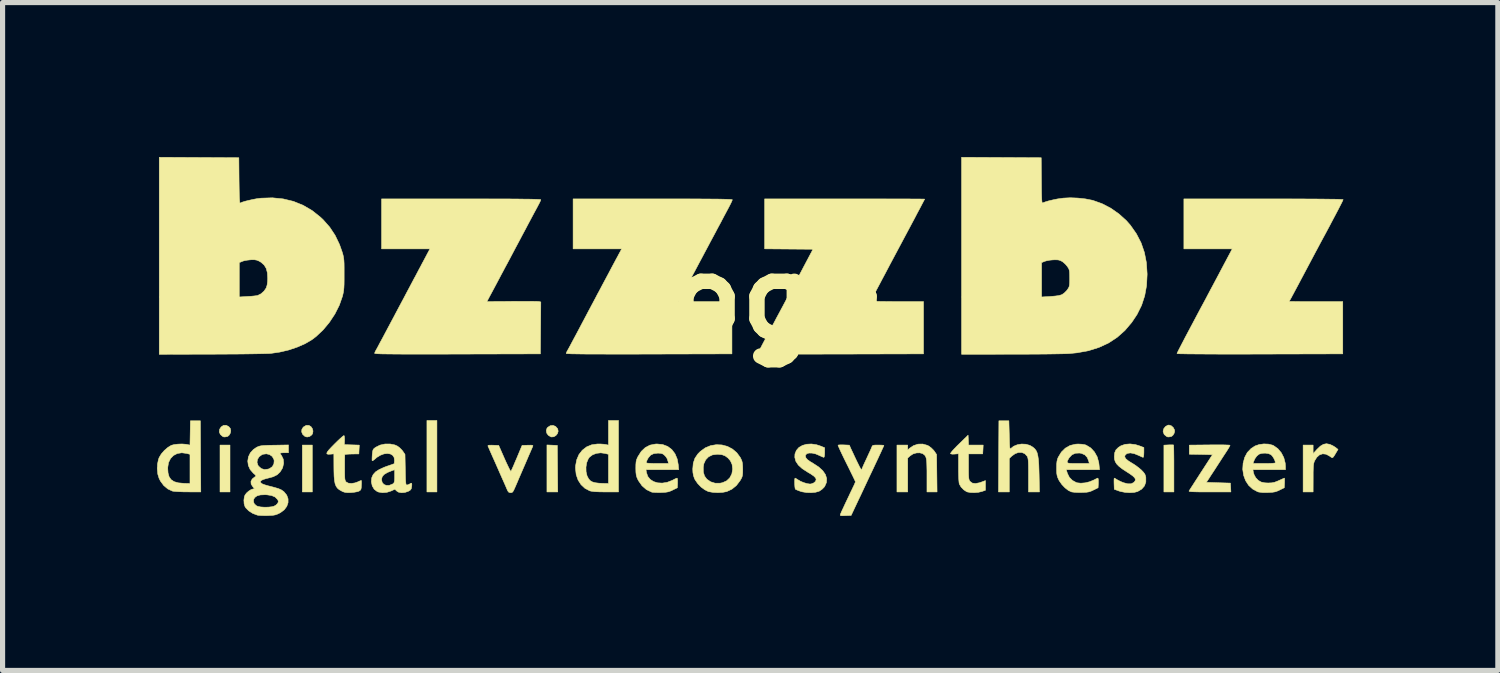
<source format=kicad_pcb>
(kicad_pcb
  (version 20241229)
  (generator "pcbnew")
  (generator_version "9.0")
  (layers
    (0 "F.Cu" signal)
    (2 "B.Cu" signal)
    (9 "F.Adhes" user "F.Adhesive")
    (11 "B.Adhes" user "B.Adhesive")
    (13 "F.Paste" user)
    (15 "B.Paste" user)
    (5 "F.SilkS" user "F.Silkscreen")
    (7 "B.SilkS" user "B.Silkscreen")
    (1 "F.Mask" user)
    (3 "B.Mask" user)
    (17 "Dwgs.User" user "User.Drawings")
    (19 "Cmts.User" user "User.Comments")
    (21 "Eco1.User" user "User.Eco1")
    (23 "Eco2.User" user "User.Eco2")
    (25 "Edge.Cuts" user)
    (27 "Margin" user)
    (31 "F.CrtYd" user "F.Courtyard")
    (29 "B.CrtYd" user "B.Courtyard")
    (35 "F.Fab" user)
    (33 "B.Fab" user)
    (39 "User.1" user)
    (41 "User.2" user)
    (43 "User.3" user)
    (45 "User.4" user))
  (footprint "logo"
    (layer "F.Cu")
    (at 11.652 2.74)
    (property "Reference" "logo" (at 0 0 0) (layer "F.SilkS") (effects (font (size 1.524 1.524) (thickness 0.3))))
    (attr through_hole)
    (fp_poly (pts (xy -10.235 3.765) (xy -10.429 3.765) (xy -10.429 2.854) (xy -10.235 2.854) (xy -10.235 3.765)) (stroke (width 0.01) (type solid)) (fill yes) (layer "F.SilkS"))
    (fp_poly (pts (xy -8.636 3.765) (xy -8.83 3.765) (xy -8.83 2.854) (xy -8.636 2.854) (xy -8.636 3.765)) (stroke (width 0.01) (type solid)) (fill yes) (layer "F.SilkS"))
    (fp_poly (pts (xy -6.216 3.765) (xy -6.41 3.765) (xy -6.41 2.376) (xy -6.216 2.376) (xy -6.216 3.765)) (stroke (width 0.01) (type solid)) (fill yes) (layer "F.SilkS"))
    (fp_poly (pts (xy -3.877 2.861) (xy -3.873 3.313) (xy -3.869 3.765) (xy -4.079 3.765) (xy -4.079 2.852) (xy -3.877 2.861)) (stroke (width 0.01) (type solid)) (fill yes) (layer "F.SilkS"))
    (fp_poly (pts (xy 8.079 2.85) (xy 8.092 2.853) (xy 8.093 2.868) (xy 8.095 2.911) (xy 8.096 2.975) (xy 8.097 3.059) (xy 8.098 3.157) (xy 8.098 3.267) (xy 8.098 3.312) (xy 8.098 3.765) (xy 7.904 3.765) (xy 7.904 2.856) (xy 7.995 2.851) (xy 8.044 2.85) (xy 8.079 2.85)) (stroke (width 0.01) (type solid)) (fill yes) (layer "F.SilkS"))
    (fp_poly (pts (xy -8.701 2.473) (xy -8.662 2.496) (xy -8.635 2.535) (xy -8.623 2.582) (xy -8.63 2.63) (xy -8.646 2.656) (xy -8.689 2.688) (xy -8.738 2.698) (xy -8.778 2.687) (xy -8.823 2.647) (xy -8.843 2.599) (xy -8.839 2.55) (xy -8.812 2.506) (xy -8.763 2.476) (xy -8.747 2.471) (xy -8.701 2.473)) (stroke (width 0.01) (type solid)) (fill yes) (layer "F.SilkS"))
    (fp_poly (pts (xy -3.91 2.493) (xy -3.871 2.538) (xy -3.87 2.54) (xy -3.861 2.585) (xy -3.874 2.63) (xy -3.905 2.669) (xy -3.946 2.693) (xy -3.992 2.697) (xy -4.004 2.694) (xy -4.053 2.664) (xy -4.083 2.622) (xy -4.092 2.573) (xy -4.078 2.527) (xy -4.064 2.51) (xy -4.014 2.478) (xy -3.96 2.472) (xy -3.91 2.493)) (stroke (width 0.01) (type solid)) (fill yes) (layer "F.SilkS"))
    (fp_poly (pts (xy -10.259 2.496) (xy -10.228 2.533) (xy -10.22 2.578) (xy -10.228 2.621) (xy -10.25 2.66) (xy -10.278 2.685) (xy -10.293 2.689) (xy -10.319 2.694) (xy -10.327 2.696) (xy -10.355 2.696) (xy -10.377 2.687) (xy -10.422 2.648) (xy -10.443 2.6) (xy -10.437 2.548) (xy -10.407 2.502) (xy -10.36 2.471) (xy -10.309 2.47) (xy -10.259 2.496)) (stroke (width 0.01) (type solid)) (fill yes) (layer "F.SilkS"))
    (fp_poly (pts (xy 8.046 2.479) (xy 8.085 2.513) (xy 8.109 2.558) (xy 8.113 2.584) (xy 8.104 2.623) (xy 8.082 2.66) (xy 8.055 2.685) (xy 8.04 2.689) (xy 8.014 2.694) (xy 8.006 2.696) (xy 7.978 2.696) (xy 7.956 2.687) (xy 7.91 2.649) (xy 7.89 2.598) (xy 7.889 2.581) (xy 7.902 2.535) (xy 7.934 2.495) (xy 7.977 2.47) (xy 8.001 2.465) (xy 8.046 2.479)) (stroke (width 0.01) (type solid)) (fill yes) (layer "F.SilkS"))
    (fp_poly (pts (xy 3.308 2.859) (xy 3.336 2.873) (xy 3.386 2.91) (xy 3.432 2.956) (xy 3.448 2.977) (xy 3.489 3.038) (xy 3.498 3.765) (xy 3.302 3.765) (xy 3.302 3.468) (xy 3.302 3.353) (xy 3.3 3.264) (xy 3.298 3.196) (xy 3.294 3.146) (xy 3.287 3.109) (xy 3.278 3.082) (xy 3.266 3.061) (xy 3.259 3.051) (xy 3.218 3.019) (xy 3.161 3.005) (xy 3.096 3.007) (xy 3.032 3.026) (xy 2.977 3.062) (xy 2.977 3.062) (xy 2.928 3.106) (xy 2.928 3.765) (xy 2.719 3.765) (xy 2.719 2.854) (xy 2.928 2.854) (xy 2.928 2.949) (xy 2.962 2.918) (xy 3.041 2.865) (xy 3.129 2.836) (xy 3.22 2.834) (xy 3.308 2.859)) (stroke (width 0.01) (type solid)) (fill yes) (layer "F.SilkS"))
    (fp_poly (pts (xy 11.123 2.84) (xy 11.134 2.844) (xy 11.186 2.868) (xy 11.233 2.897) (xy 11.242 2.904) (xy 11.286 2.939) (xy 11.246 3.005) (xy 11.215 3.057) (xy 11.193 3.088) (xy 11.177 3.1) (xy 11.159 3.095) (xy 11.135 3.078) (xy 11.123 3.069) (xy 11.055 3.032) (xy 10.989 3.024) (xy 10.927 3.044) (xy 10.873 3.092) (xy 10.831 3.16) (xy 10.821 3.186) (xy 10.813 3.216) (xy 10.808 3.256) (xy 10.805 3.31) (xy 10.803 3.384) (xy 10.803 3.482) (xy 10.803 3.493) (xy 10.802 3.765) (xy 10.608 3.765) (xy 10.608 2.854) (xy 10.802 2.854) (xy 10.802 3.021) (xy 10.878 2.937) (xy 10.943 2.875) (xy 11.002 2.84) (xy 11.061 2.828) (xy 11.123 2.84)) (stroke (width 0.01) (type solid)) (fill yes) (layer "F.SilkS"))
    (fp_poly (pts (xy 8.993 2.85) (xy 9.073 2.851) (xy 9.135 2.853) (xy 9.175 2.855) (xy 9.189 2.858) (xy 9.181 2.876) (xy 9.162 2.911) (xy 9.139 2.948) (xy 9.11 2.993) (xy 9.068 3.057) (xy 9.018 3.134) (xy 8.963 3.219) (xy 8.908 3.304) (xy 8.856 3.384) (xy 8.811 3.452) (xy 8.778 3.504) (xy 8.729 3.578) (xy 8.962 3.586) (xy 9.196 3.593) (xy 9.201 3.679) (xy 9.205 3.765) (xy 8.793 3.765) (xy 8.667 3.765) (xy 8.568 3.764) (xy 8.494 3.762) (xy 8.442 3.76) (xy 8.41 3.757) (xy 8.394 3.752) (xy 8.392 3.747) (xy 8.403 3.729) (xy 8.427 3.691) (xy 8.464 3.634) (xy 8.51 3.562) (xy 8.564 3.479) (xy 8.622 3.388) (xy 8.625 3.384) (xy 8.847 3.041) (xy 8.622 3.036) (xy 8.397 3.032) (xy 8.397 2.855) (xy 8.793 2.851) (xy 8.898 2.85) (xy 8.993 2.85)) (stroke (width 0.01) (type solid)) (fill yes) (layer "F.SilkS"))
    (fp_poly (pts (xy 4.901 2.666) (xy 4.904 2.764) (xy 4.906 2.836) (xy 4.909 2.885) (xy 4.913 2.914) (xy 4.918 2.927) (xy 4.925 2.927) (xy 4.93 2.922) (xy 4.984 2.878) (xy 5.057 2.848) (xy 5.139 2.834) (xy 5.222 2.838) (xy 5.297 2.859) (xy 5.314 2.868) (xy 5.359 2.895) (xy 5.394 2.925) (xy 5.421 2.96) (xy 5.442 3.005) (xy 5.456 3.064) (xy 5.467 3.139) (xy 5.474 3.235) (xy 5.478 3.355) (xy 5.48 3.425) (xy 5.487 3.765) (xy 5.274 3.765) (xy 5.274 3.44) (xy 5.274 3.332) (xy 5.273 3.249) (xy 5.271 3.188) (xy 5.268 3.144) (xy 5.263 3.113) (xy 5.257 3.09) (xy 5.248 3.072) (xy 5.245 3.068) (xy 5.201 3.021) (xy 5.144 2.998) (xy 5.079 2.998) (xy 5.012 3.022) (xy 4.949 3.068) (xy 4.901 3.114) (xy 4.901 3.765) (xy 4.691 3.765) (xy 4.695 3.074) (xy 4.699 2.383) (xy 4.893 2.383) (xy 4.901 2.666)) (stroke (width 0.01) (type solid)) (fill yes) (layer "F.SilkS"))
    (fp_poly (pts (xy -2.689 3.765) (xy -2.94 3.765) (xy -3.06 3.763) (xy -3.151 3.759) (xy -3.214 3.751) (xy -3.246 3.744) (xy -3.34 3.695) (xy -3.416 3.624) (xy -3.474 3.534) (xy -3.511 3.429) (xy -3.524 3.311) (xy -3.523 3.283) (xy -3.321 3.283) (xy -3.319 3.371) (xy -3.3 3.452) (xy -3.27 3.51) (xy -3.238 3.546) (xy -3.197 3.57) (xy -3.141 3.586) (xy -3.067 3.595) (xy -2.985 3.599) (xy -2.884 3.601) (xy -2.884 3.034) (xy -2.947 3.017) (xy -3.034 3.005) (xy -3.119 3.015) (xy -3.194 3.044) (xy -3.254 3.09) (xy -3.276 3.121) (xy -3.307 3.196) (xy -3.321 3.283) (xy -3.523 3.283) (xy -3.523 3.259) (xy -3.501 3.141) (xy -3.457 3.038) (xy -3.392 2.954) (xy -3.309 2.89) (xy -3.21 2.849) (xy -3.097 2.833) (xy -3.096 2.833) (xy -3.034 2.834) (xy -2.975 2.838) (xy -2.94 2.843) (xy -2.884 2.855) (xy -2.884 2.376) (xy -2.689 2.376) (xy -2.689 3.765)) (stroke (width 0.01) (type solid)) (fill yes) (layer "F.SilkS"))
    (fp_poly (pts (xy 4.106 2.758) (xy 4.11 2.854) (xy 4.394 2.854) (xy 4.39 2.94) (xy 4.385 3.026) (xy 4.109 3.026) (xy 4.109 3.274) (xy 4.109 3.366) (xy 4.11 3.434) (xy 4.113 3.482) (xy 4.117 3.514) (xy 4.124 3.537) (xy 4.134 3.554) (xy 4.14 3.561) (xy 4.183 3.593) (xy 4.244 3.601) (xy 4.324 3.586) (xy 4.363 3.572) (xy 4.438 3.544) (xy 4.438 3.732) (xy 4.368 3.756) (xy 4.3 3.772) (xy 4.224 3.778) (xy 4.149 3.776) (xy 4.087 3.765) (xy 4.071 3.759) (xy 4.015 3.722) (xy 3.964 3.669) (xy 3.931 3.611) (xy 3.93 3.611) (xy 3.925 3.582) (xy 3.92 3.527) (xy 3.917 3.453) (xy 3.915 3.365) (xy 3.915 3.296) (xy 3.915 3.023) (xy 3.842 3.029) (xy 3.793 3.031) (xy 3.763 3.024) (xy 3.759 3.02) (xy 3.766 3.005) (xy 3.791 2.972) (xy 3.833 2.926) (xy 3.887 2.87) (xy 3.925 2.833) (xy 4.101 2.662) (xy 4.106 2.758)) (stroke (width 0.01) (type solid)) (fill yes) (layer "F.SilkS"))
    (fp_poly (pts (xy -10.806 3.074) (xy -10.802 3.765) (xy -11.053 3.764) (xy -11.14 3.763) (xy -11.221 3.76) (xy -11.288 3.756) (xy -11.336 3.751) (xy -11.354 3.748) (xy -11.442 3.707) (xy -11.521 3.641) (xy -11.586 3.553) (xy -11.612 3.501) (xy -11.637 3.42) (xy -11.647 3.323) (xy -11.646 3.3) (xy -11.445 3.3) (xy -11.438 3.397) (xy -11.417 3.471) (xy -11.379 3.526) (xy -11.32 3.565) (xy -11.239 3.588) (xy -11.133 3.598) (xy -11.105 3.599) (xy -11.012 3.601) (xy -11.012 3.034) (xy -11.075 3.017) (xy -11.171 3.004) (xy -11.258 3.018) (xy -11.332 3.056) (xy -11.39 3.116) (xy -11.429 3.195) (xy -11.444 3.29) (xy -11.445 3.3) (xy -11.646 3.3) (xy -11.643 3.224) (xy -11.624 3.133) (xy -11.611 3.097) (xy -11.569 3.027) (xy -11.509 2.958) (xy -11.44 2.899) (xy -11.376 2.86) (xy -11.32 2.845) (xy -11.246 2.836) (xy -11.167 2.833) (xy -11.092 2.839) (xy -11.068 2.843) (xy -11.012 2.855) (xy -11.008 2.619) (xy -11.004 2.383) (xy -10.81 2.383) (xy -10.806 3.074)) (stroke (width 0.01) (type solid)) (fill yes) (layer "F.SilkS"))
    (fp_poly (pts (xy -4.363 2.858) (xy -4.351 2.866) (xy -4.352 2.872) (xy -4.361 2.894) (xy -4.379 2.936) (xy -4.402 2.988) (xy -4.405 2.996) (xy -4.429 3.05) (xy -4.461 3.125) (xy -4.5 3.216) (xy -4.543 3.315) (xy -4.587 3.417) (xy -4.63 3.516) (xy -4.668 3.606) (xy -4.7 3.679) (xy -4.724 3.732) (xy -4.742 3.762) (xy -4.759 3.776) (xy -4.782 3.78) (xy -4.784 3.78) (xy -4.817 3.773) (xy -4.839 3.747) (xy -4.846 3.732) (xy -4.858 3.706) (xy -4.879 3.656) (xy -4.909 3.588) (xy -4.947 3.503) (xy -4.989 3.408) (xy -5.034 3.305) (xy -5.042 3.287) (xy -5.087 3.185) (xy -5.129 3.091) (xy -5.165 3.01) (xy -5.194 2.944) (xy -5.214 2.897) (xy -5.225 2.874) (xy -5.225 2.872) (xy -5.223 2.862) (xy -5.202 2.857) (xy -5.158 2.856) (xy -5.125 2.857) (xy -5.016 2.861) (xy -4.903 3.118) (xy -4.867 3.198) (xy -4.834 3.267) (xy -4.808 3.32) (xy -4.789 3.354) (xy -4.779 3.365) (xy -4.779 3.365) (xy -4.77 3.348) (xy -4.752 3.309) (xy -4.726 3.251) (xy -4.696 3.179) (xy -4.665 3.108) (xy -4.562 2.861) (xy -4.453 2.857) (xy -4.395 2.856) (xy -4.363 2.858)) (stroke (width 0.01) (type solid)) (fill yes) (layer "F.SilkS"))
    (fp_poly (pts (xy -0.68 2.852) (xy -0.574 2.88) (xy -0.477 2.931) (xy -0.392 3.003) (xy -0.324 3.095) (xy -0.312 3.119) (xy -0.293 3.161) (xy -0.283 3.204) (xy -0.278 3.258) (xy -0.276 3.325) (xy -0.277 3.391) (xy -0.281 3.438) (xy -0.29 3.474) (xy -0.307 3.51) (xy -0.329 3.547) (xy -0.399 3.639) (xy -0.486 3.71) (xy -0.586 3.757) (xy -0.589 3.758) (xy -0.668 3.773) (xy -0.761 3.778) (xy -0.855 3.773) (xy -0.936 3.759) (xy -0.944 3.757) (xy -1.013 3.723) (xy -1.085 3.67) (xy -1.149 3.604) (xy -1.199 3.532) (xy -1.212 3.508) (xy -1.233 3.448) (xy -1.244 3.385) (xy -1.247 3.317) (xy -1.244 3.287) (xy -1.043 3.287) (xy -1.041 3.381) (xy -1.018 3.456) (xy -0.974 3.516) (xy -0.973 3.517) (xy -0.899 3.568) (xy -0.812 3.595) (xy -0.718 3.595) (xy -0.669 3.585) (xy -0.589 3.549) (xy -0.528 3.491) (xy -0.488 3.415) (xy -0.473 3.325) (xy -0.473 3.317) (xy -0.483 3.231) (xy -0.516 3.159) (xy -0.563 3.105) (xy -0.618 3.064) (xy -0.68 3.041) (xy -0.759 3.033) (xy -0.771 3.033) (xy -0.864 3.045) (xy -0.94 3.082) (xy -0.996 3.14) (xy -1.032 3.218) (xy -1.043 3.287) (xy -1.244 3.287) (xy -1.237 3.206) (xy -1.205 3.111) (xy -1.148 3.027) (xy -1.099 2.977) (xy -1.004 2.908) (xy -0.899 2.865) (xy -0.79 2.847) (xy -0.68 2.852)) (stroke (width 0.01) (type solid)) (fill yes) (layer "F.SilkS"))
    (fp_poly (pts (xy -8.013 2.688) (xy -8.01 2.726) (xy -8.01 2.762) (xy -8.014 2.846) (xy -7.723 2.855) (xy -7.728 2.94) (xy -7.732 3.026) (xy -7.867 3.028) (xy -7.926 3.03) (xy -7.973 3.033) (xy -8.001 3.037) (xy -8.005 3.039) (xy -8.006 3.056) (xy -8.007 3.098) (xy -8.008 3.16) (xy -8.008 3.236) (xy -8.008 3.295) (xy -8.008 3.387) (xy -8.007 3.453) (xy -8.005 3.5) (xy -8 3.531) (xy -7.993 3.551) (xy -7.983 3.566) (xy -7.979 3.571) (xy -7.936 3.594) (xy -7.877 3.6) (xy -7.808 3.589) (xy -7.757 3.571) (xy -7.717 3.553) (xy -7.691 3.543) (xy -7.685 3.541) (xy -7.682 3.555) (xy -7.681 3.59) (xy -7.683 3.634) (xy -7.686 3.686) (xy -7.693 3.717) (xy -7.708 3.735) (xy -7.732 3.75) (xy -7.769 3.761) (xy -7.825 3.771) (xy -7.887 3.777) (xy -7.889 3.777) (xy -7.953 3.778) (xy -8 3.773) (xy -8.039 3.761) (xy -8.067 3.747) (xy -8.113 3.721) (xy -8.148 3.691) (xy -8.174 3.654) (xy -8.193 3.607) (xy -8.205 3.544) (xy -8.213 3.462) (xy -8.216 3.357) (xy -8.217 3.264) (xy -8.218 3.025) (xy -8.279 3.031) (xy -8.322 3.033) (xy -8.348 3.028) (xy -8.356 3.014) (xy -8.345 2.988) (xy -8.314 2.948) (xy -8.263 2.893) (xy -8.203 2.832) (xy -8.145 2.775) (xy -8.094 2.727) (xy -8.053 2.691) (xy -8.027 2.672) (xy -8.02 2.669) (xy -8.013 2.688)) (stroke (width 0.01) (type solid)) (fill yes) (layer "F.SilkS"))
    (fp_poly (pts (xy 1.157 2.848) (xy 1.223 2.869) (xy 1.315 2.906) (xy 1.315 2.999) (xy 1.313 3.05) (xy 1.306 3.084) (xy 1.299 3.093) (xy 1.278 3.086) (xy 1.241 3.07) (xy 1.211 3.056) (xy 1.138 3.025) (xy 1.069 3.01) (xy 1.011 3.009) (xy 0.968 3.022) (xy 0.944 3.049) (xy 0.941 3.067) (xy 0.95 3.101) (xy 0.979 3.136) (xy 1.031 3.174) (xy 1.093 3.211) (xy 1.199 3.28) (xy 1.278 3.352) (xy 1.33 3.427) (xy 1.354 3.504) (xy 1.35 3.58) (xy 1.317 3.655) (xy 1.304 3.673) (xy 1.265 3.712) (xy 1.216 3.746) (xy 1.204 3.752) (xy 1.137 3.771) (xy 1.053 3.779) (xy 0.963 3.776) (xy 0.877 3.762) (xy 0.841 3.751) (xy 0.795 3.734) (xy 0.76 3.719) (xy 0.748 3.713) (xy 0.741 3.696) (xy 0.736 3.66) (xy 0.733 3.613) (xy 0.732 3.564) (xy 0.733 3.524) (xy 0.738 3.499) (xy 0.741 3.496) (xy 0.758 3.504) (xy 0.788 3.523) (xy 0.794 3.527) (xy 0.846 3.558) (xy 0.91 3.584) (xy 0.974 3.603) (xy 1.028 3.611) (xy 1.052 3.609) (xy 1.102 3.59) (xy 1.137 3.56) (xy 1.15 3.524) (xy 1.14 3.493) (xy 1.106 3.458) (xy 1.047 3.417) (xy 0.988 3.382) (xy 0.881 3.313) (xy 0.804 3.243) (xy 0.755 3.169) (xy 0.735 3.093) (xy 0.738 3.027) (xy 0.766 2.957) (xy 0.815 2.901) (xy 0.884 2.861) (xy 0.966 2.838) (xy 1.059 2.833) (xy 1.157 2.848)) (stroke (width 0.01) (type solid)) (fill yes) (layer "F.SilkS"))
    (fp_poly (pts (xy 7.35 2.845) (xy 7.422 2.867) (xy 7.515 2.902) (xy 7.515 2.998) (xy 7.513 3.046) (xy 7.508 3.081) (xy 7.502 3.093) (xy 7.482 3.087) (xy 7.445 3.07) (xy 7.415 3.056) (xy 7.329 3.021) (xy 7.255 3.007) (xy 7.197 3.015) (xy 7.179 3.024) (xy 7.149 3.053) (xy 7.143 3.084) (xy 7.164 3.12) (xy 7.211 3.16) (xy 7.286 3.207) (xy 7.299 3.214) (xy 7.359 3.253) (xy 7.423 3.302) (xy 7.466 3.339) (xy 7.509 3.384) (xy 7.535 3.421) (xy 7.548 3.459) (xy 7.553 3.484) (xy 7.553 3.572) (xy 7.526 3.648) (xy 7.472 3.71) (xy 7.394 3.756) (xy 7.393 3.757) (xy 7.325 3.774) (xy 7.241 3.779) (xy 7.15 3.773) (xy 7.063 3.756) (xy 7.03 3.746) (xy 6.94 3.713) (xy 6.936 3.605) (xy 6.935 3.552) (xy 6.936 3.514) (xy 6.94 3.496) (xy 6.941 3.496) (xy 6.959 3.504) (xy 6.988 3.523) (xy 6.99 3.524) (xy 7.026 3.544) (xy 7.077 3.568) (xy 7.119 3.585) (xy 7.203 3.607) (xy 7.269 3.606) (xy 7.318 3.581) (xy 7.328 3.572) (xy 7.347 3.544) (xy 7.35 3.516) (xy 7.334 3.487) (xy 7.297 3.452) (xy 7.237 3.409) (xy 7.188 3.378) (xy 7.098 3.319) (xy 7.032 3.268) (xy 6.987 3.222) (xy 6.959 3.177) (xy 6.944 3.128) (xy 6.941 3.078) (xy 6.948 3.004) (xy 6.972 2.948) (xy 7.019 2.901) (xy 7.068 2.869) (xy 7.15 2.84) (xy 7.246 2.832) (xy 7.35 2.845)) (stroke (width 0.01) (type solid)) (fill yes) (layer "F.SilkS"))
    (fp_poly (pts (xy 9.937 2.836) (xy 10.017 2.857) (xy 10.035 2.866) (xy 10.117 2.924) (xy 10.184 3.004) (xy 10.233 3.099) (xy 10.26 3.204) (xy 10.265 3.269) (xy 10.265 3.332) (xy 9.633 3.332) (xy 9.642 3.386) (xy 9.657 3.433) (xy 9.684 3.482) (xy 9.689 3.49) (xy 9.738 3.541) (xy 9.794 3.573) (xy 9.865 3.588) (xy 9.93 3.591) (xy 9.998 3.588) (xy 10.053 3.577) (xy 10.113 3.554) (xy 10.137 3.543) (xy 10.187 3.521) (xy 10.224 3.504) (xy 10.244 3.496) (xy 10.245 3.496) (xy 10.247 3.51) (xy 10.248 3.545) (xy 10.247 3.59) (xy 10.242 3.683) (xy 10.153 3.727) (xy 10.105 3.749) (xy 10.062 3.763) (xy 10.012 3.771) (xy 9.946 3.775) (xy 9.922 3.776) (xy 9.82 3.776) (xy 9.747 3.767) (xy 9.723 3.76) (xy 9.629 3.709) (xy 9.55 3.637) (xy 9.491 3.546) (xy 9.452 3.441) (xy 9.435 3.326) (xy 9.442 3.212) (xy 9.635 3.212) (xy 9.853 3.212) (xy 9.94 3.211) (xy 10.007 3.209) (xy 10.052 3.204) (xy 10.07 3.199) (xy 10.07 3.198) (xy 10.061 3.159) (xy 10.038 3.11) (xy 10.009 3.066) (xy 9.984 3.041) (xy 9.936 3.02) (xy 9.873 3.011) (xy 9.808 3.014) (xy 9.753 3.031) (xy 9.751 3.032) (xy 9.708 3.068) (xy 9.67 3.121) (xy 9.645 3.179) (xy 9.635 3.212) (xy 9.442 3.212) (xy 9.442 3.21) (xy 9.473 3.094) (xy 9.524 2.998) (xy 9.598 2.921) (xy 9.674 2.872) (xy 9.754 2.844) (xy 9.845 2.832) (xy 9.937 2.836)) (stroke (width 0.01) (type solid)) (fill yes) (layer "F.SilkS"))
    (fp_poly (pts (xy -1.831 2.844) (xy -1.734 2.881) (xy -1.654 2.941) (xy -1.592 3.023) (xy -1.549 3.125) (xy -1.529 3.234) (xy -1.52 3.332) (xy -2.155 3.332) (xy -2.146 3.388) (xy -2.121 3.463) (xy -2.073 3.522) (xy -2.007 3.564) (xy -1.928 3.588) (xy -1.839 3.593) (xy -1.744 3.578) (xy -1.648 3.541) (xy -1.63 3.532) (xy -1.59 3.511) (xy -1.56 3.498) (xy -1.551 3.496) (xy -1.545 3.51) (xy -1.542 3.545) (xy -1.542 3.59) (xy -1.546 3.683) (xy -1.635 3.727) (xy -1.683 3.749) (xy -1.726 3.763) (xy -1.775 3.771) (xy -1.839 3.775) (xy -1.867 3.776) (xy -1.934 3.776) (xy -1.993 3.774) (xy -2.035 3.77) (xy -2.047 3.767) (xy -2.147 3.719) (xy -2.232 3.645) (xy -2.301 3.547) (xy -2.316 3.518) (xy -2.334 3.476) (xy -2.345 3.434) (xy -2.351 3.383) (xy -2.353 3.312) (xy -2.353 3.302) (xy -2.352 3.232) (xy -2.349 3.197) (xy -2.152 3.197) (xy -2.137 3.204) (xy -2.094 3.208) (xy -2.023 3.211) (xy -1.935 3.212) (xy -1.718 3.212) (xy -1.727 3.171) (xy -1.744 3.119) (xy -1.77 3.079) (xy -1.8 3.048) (xy -1.83 3.026) (xy -1.865 3.015) (xy -1.916 3.011) (xy -1.925 3.011) (xy -2.004 3.02) (xy -2.063 3.048) (xy -2.108 3.099) (xy -2.123 3.124) (xy -2.141 3.163) (xy -2.151 3.192) (xy -2.152 3.197) (xy -2.349 3.197) (xy -2.348 3.181) (xy -2.339 3.141) (xy -2.323 3.102) (xy -2.311 3.078) (xy -2.247 2.977) (xy -2.17 2.904) (xy -2.079 2.856) (xy -1.975 2.835) (xy -1.943 2.833) (xy -1.831 2.844)) (stroke (width 0.01) (type solid)) (fill yes) (layer "F.SilkS"))
    (fp_poly (pts (xy 6.31 2.838) (xy 6.371 2.848) (xy 6.396 2.857) (xy 6.484 2.911) (xy 6.555 2.988) (xy 6.608 3.083) (xy 6.639 3.195) (xy 6.644 3.237) (xy 6.653 3.332) (xy 6.008 3.332) (xy 6.029 3.403) (xy 6.067 3.48) (xy 6.127 3.541) (xy 6.202 3.582) (xy 6.218 3.587) (xy 6.29 3.595) (xy 6.375 3.588) (xy 6.461 3.567) (xy 6.538 3.535) (xy 6.543 3.533) (xy 6.583 3.512) (xy 6.613 3.498) (xy 6.621 3.496) (xy 6.628 3.51) (xy 6.631 3.545) (xy 6.631 3.59) (xy 6.626 3.683) (xy 6.537 3.727) (xy 6.49 3.749) (xy 6.447 3.763) (xy 6.399 3.771) (xy 6.335 3.774) (xy 6.306 3.775) (xy 6.236 3.775) (xy 6.171 3.772) (xy 6.121 3.766) (xy 6.107 3.763) (xy 6.048 3.735) (xy 5.985 3.686) (xy 5.925 3.624) (xy 5.876 3.555) (xy 5.861 3.529) (xy 5.841 3.484) (xy 5.829 3.444) (xy 5.822 3.398) (xy 5.82 3.337) (xy 5.82 3.302) (xy 5.821 3.225) (xy 5.826 3.178) (xy 6.025 3.178) (xy 6.028 3.195) (xy 6.048 3.205) (xy 6.087 3.21) (xy 6.15 3.212) (xy 6.238 3.212) (xy 6.455 3.212) (xy 6.445 3.171) (xy 6.416 3.096) (xy 6.368 3.044) (xy 6.301 3.015) (xy 6.266 3.009) (xy 6.185 3.013) (xy 6.118 3.043) (xy 6.065 3.099) (xy 6.055 3.115) (xy 6.035 3.152) (xy 6.025 3.178) (xy 5.826 3.178) (xy 5.827 3.169) (xy 5.838 3.124) (xy 5.851 3.092) (xy 5.912 2.991) (xy 5.99 2.914) (xy 6.082 2.862) (xy 6.189 2.837) (xy 6.238 2.834) (xy 6.31 2.838)) (stroke (width 0.01) (type solid)) (fill yes) (layer "F.SilkS"))
    (fp_poly (pts (xy 1.683 2.851) (xy 1.688 2.851) (xy 1.795 2.856) (xy 1.822 2.919) (xy 1.839 2.955) (xy 1.866 3.012) (xy 1.898 3.081) (xy 1.933 3.155) (xy 1.939 3.167) (xy 1.975 3.24) (xy 2 3.29) (xy 2.018 3.318) (xy 2.029 3.329) (xy 2.037 3.324) (xy 2.039 3.317) (xy 2.05 3.291) (xy 2.07 3.244) (xy 2.098 3.183) (xy 2.131 3.113) (xy 2.137 3.1) (xy 2.169 3.03) (xy 2.198 2.968) (xy 2.22 2.918) (xy 2.232 2.889) (xy 2.233 2.886) (xy 2.241 2.869) (xy 2.257 2.86) (xy 2.287 2.855) (xy 2.338 2.854) (xy 2.354 2.854) (xy 2.408 2.855) (xy 2.447 2.857) (xy 2.465 2.861) (xy 2.465 2.862) (xy 2.464 2.867) (xy 2.458 2.88) (xy 2.448 2.903) (xy 2.432 2.937) (xy 2.411 2.984) (xy 2.382 3.046) (xy 2.346 3.124) (xy 2.301 3.219) (xy 2.247 3.335) (xy 2.182 3.471) (xy 2.107 3.631) (xy 2.021 3.815) (xy 1.973 3.915) (xy 1.829 4.221) (xy 1.72 4.225) (xy 1.664 4.227) (xy 1.633 4.226) (xy 1.619 4.22) (xy 1.619 4.207) (xy 1.621 4.199) (xy 1.63 4.176) (xy 1.65 4.131) (xy 1.679 4.07) (xy 1.713 3.996) (xy 1.743 3.933) (xy 1.782 3.851) (xy 1.818 3.774) (xy 1.85 3.708) (xy 1.873 3.659) (xy 1.884 3.637) (xy 1.901 3.598) (xy 1.911 3.572) (xy 1.912 3.566) (xy 1.906 3.551) (xy 1.888 3.512) (xy 1.86 3.454) (xy 1.824 3.381) (xy 1.782 3.295) (xy 1.74 3.211) (xy 1.694 3.118) (xy 1.653 3.033) (xy 1.619 2.961) (xy 1.594 2.905) (xy 1.578 2.869) (xy 1.575 2.856) (xy 1.592 2.852) (xy 1.63 2.85) (xy 1.683 2.851)) (stroke (width 0.01) (type solid)) (fill yes) (layer "F.SilkS"))
    (fp_poly (pts (xy 10.114 -1.927) (xy 10.364 -1.927) (xy 10.588 -1.926) (xy 10.785 -1.925) (xy 10.955 -1.924) (xy 11.097 -1.922) (xy 11.211 -1.921) (xy 11.297 -1.919) (xy 11.354 -1.916) (xy 11.382 -1.914) (xy 11.385 -1.913) (xy 11.378 -1.896) (xy 11.359 -1.856) (xy 11.327 -1.794) (xy 11.286 -1.714) (xy 11.236 -1.619) (xy 11.178 -1.51) (xy 11.115 -1.39) (xy 11.047 -1.263) (xy 10.975 -1.13) (xy 10.974 -1.128) (xy 10.943 -1.071) (xy 10.906 -1.001) (xy 10.869 -0.931) (xy 10.862 -0.919) (xy 10.768 -0.742) (xy 10.687 -0.589) (xy 10.618 -0.459) (xy 10.56 -0.35) (xy 10.512 -0.259) (xy 10.473 -0.186) (xy 10.441 -0.127) (xy 10.417 -0.081) (xy 10.398 -0.047) (xy 10.385 -0.021) (xy 10.375 -0.003) (xy 10.375 -0.003) (xy 10.354 0.034) (xy 10.341 0.059) (xy 10.339 0.064) (xy 10.354 0.065) (xy 10.395 0.065) (xy 10.458 0.066) (xy 10.542 0.067) (xy 10.642 0.067) (xy 10.755 0.067) (xy 10.858 0.067) (xy 11.378 0.067) (xy 11.378 1.083) (xy 9.768 1.087) (xy 9.493 1.088) (xy 9.241 1.088) (xy 9.015 1.088) (xy 8.813 1.087) (xy 8.638 1.086) (xy 8.488 1.085) (xy 8.366 1.084) (xy 8.271 1.082) (xy 8.205 1.081) (xy 8.167 1.078) (xy 8.158 1.076) (xy 8.165 1.06) (xy 8.185 1.019) (xy 8.218 0.955) (xy 8.262 0.87) (xy 8.316 0.766) (xy 8.38 0.645) (xy 8.453 0.508) (xy 8.533 0.357) (xy 8.62 0.193) (xy 8.7 0.045) (xy 8.724 -0.000067) (xy 8.759 -0.067) (xy 8.804 -0.152) (xy 8.856 -0.249) (xy 8.913 -0.356) (xy 8.972 -0.467) (xy 8.999 -0.519) (xy 9.231 -0.956) (xy 8.292 -0.956) (xy 8.292 -1.927) (xy 9.839 -1.927) (xy 10.114 -1.927)) (stroke (width 0.01) (type solid)) (fill yes) (layer "F.SilkS"))
    (fp_poly (pts (xy 1.916 -1.927) (xy 2.12 -1.927) (xy 2.314 -1.927) (xy 2.495 -1.927) (xy 2.661 -1.926) (xy 2.811 -1.926) (xy 2.943 -1.926) (xy 3.054 -1.925) (xy 3.143 -1.925) (xy 3.208 -1.924) (xy 3.247 -1.923) (xy 3.257 -1.923) (xy 3.25 -1.909) (xy 3.231 -1.872) (xy 3.201 -1.815) (xy 3.163 -1.742) (xy 3.116 -1.655) (xy 3.065 -1.557) (xy 3.039 -1.508) (xy 2.905 -1.257) (xy 2.785 -1.032) (xy 2.678 -0.831) (xy 2.583 -0.653) (xy 2.501 -0.497) (xy 2.43 -0.364) (xy 2.37 -0.25) (xy 2.32 -0.156) (xy 2.281 -0.081) (xy 2.25 -0.023) (xy 2.229 0.019) (xy 2.216 0.045) (xy 2.211 0.056) (xy 2.211 0.057) (xy 2.226 0.059) (xy 2.266 0.062) (xy 2.33 0.063) (xy 2.414 0.065) (xy 2.514 0.066) (xy 2.626 0.067) (xy 2.723 0.067) (xy 3.235 0.067) (xy 3.235 1.083) (xy 1.625 1.087) (xy 1.408 1.087) (xy 1.2 1.088) (xy 1.003 1.088) (xy 0.818 1.088) (xy 0.647 1.087) (xy 0.492 1.087) (xy 0.356 1.086) (xy 0.24 1.085) (xy 0.146 1.084) (xy 0.076 1.083) (xy 0.031 1.082) (xy 0.015 1.081) (xy 0.015 1.081) (xy 0.022 1.065) (xy 0.04 1.027) (xy 0.069 0.971) (xy 0.106 0.9) (xy 0.149 0.819) (xy 0.167 0.786) (xy 0.215 0.694) (xy 0.263 0.605) (xy 0.306 0.524) (xy 0.342 0.457) (xy 0.367 0.41) (xy 0.37 0.403) (xy 0.405 0.338) (xy 0.444 0.266) (xy 0.47 0.217) (xy 0.496 0.169) (xy 0.531 0.103) (xy 0.571 0.027) (xy 0.612 -0.05) (xy 0.617 -0.06) (xy 0.652 -0.127) (xy 0.698 -0.214) (xy 0.752 -0.314) (xy 0.809 -0.422) (xy 0.867 -0.531) (xy 0.902 -0.598) (xy 1.088 -0.949) (xy 0.619 -0.953) (xy 0.149 -0.957) (xy 0.149 -1.927) (xy 1.703 -1.927) (xy 1.916 -1.927)) (stroke (width 0.01) (type solid)) (fill yes) (layer "F.SilkS"))
    (fp_poly (pts (xy -1.761 -1.927) (xy -1.526 -1.927) (xy -1.318 -1.927) (xy -1.137 -1.926) (xy -0.981 -1.925) (xy -0.848 -1.924) (xy -0.738 -1.923) (xy -0.649 -1.921) (xy -0.58 -1.919) (xy -0.53 -1.917) (xy -0.497 -1.915) (xy -0.481 -1.912) (xy -0.478 -1.91) (xy -0.485 -1.891) (xy -0.503 -1.851) (xy -0.53 -1.797) (xy -0.559 -1.742) (xy -0.6 -1.665) (xy -0.644 -1.583) (xy -0.684 -1.507) (xy -0.702 -1.472) (xy -0.739 -1.404) (xy -0.777 -1.333) (xy -0.809 -1.272) (xy -0.814 -1.263) (xy -0.834 -1.225) (xy -0.866 -1.166) (xy -0.907 -1.09) (xy -0.954 -1) (xy -1.006 -0.903) (xy -1.058 -0.805) (xy -1.112 -0.704) (xy -1.163 -0.608) (xy -1.209 -0.521) (xy -1.249 -0.447) (xy -1.279 -0.39) (xy -1.297 -0.357) (xy -1.321 -0.311) (xy -1.355 -0.248) (xy -1.393 -0.176) (xy -1.431 -0.105) (xy -1.522 0.067) (xy -0.486 0.067) (xy -0.486 1.083) (xy -2.095 1.087) (xy -2.382 1.088) (xy -2.64 1.088) (xy -2.868 1.088) (xy -3.068 1.087) (xy -3.239 1.087) (xy -3.384 1.086) (xy -3.5 1.084) (xy -3.591 1.083) (xy -3.655 1.08) (xy -3.693 1.078) (xy -3.705 1.075) (xy -3.705 1.075) (xy -3.698 1.052) (xy -3.685 1.027) (xy -3.673 1.006) (xy -3.649 0.963) (xy -3.615 0.899) (xy -3.572 0.818) (xy -3.521 0.723) (xy -3.465 0.618) (xy -3.405 0.504) (xy -3.399 0.493) (xy -3.337 0.376) (xy -3.277 0.262) (xy -3.221 0.157) (xy -3.171 0.063) (xy -3.129 -0.016) (xy -3.098 -0.076) (xy -3.078 -0.112) (xy -3.045 -0.174) (xy -3.005 -0.25) (xy -2.965 -0.325) (xy -2.951 -0.351) (xy -2.889 -0.467) (xy -2.839 -0.562) (xy -2.797 -0.641) (xy -2.761 -0.708) (xy -2.729 -0.768) (xy -2.697 -0.826) (xy -2.694 -0.833) (xy -2.627 -0.956) (xy -3.571 -0.956) (xy -3.571 -1.927) (xy -2.025 -1.927) (xy -1.761 -1.927)) (stroke (width 0.01) (type solid)) (fill yes) (layer "F.SilkS"))
    (fp_poly (pts (xy -7.033 2.852) (xy -6.984 2.874) (xy -6.94 2.907) (xy -6.896 2.951) (xy -6.881 2.97) (xy -6.836 3.035) (xy -6.83 3.333) (xy -6.828 3.435) (xy -6.826 3.511) (xy -6.823 3.564) (xy -6.819 3.6) (xy -6.814 3.62) (xy -6.807 3.629) (xy -6.8 3.631) (xy -6.769 3.622) (xy -6.744 3.609) (xy -6.718 3.594) (xy -6.706 3.598) (xy -6.703 3.625) (xy -6.706 3.66) (xy -6.714 3.702) (xy -6.732 3.728) (xy -6.769 3.751) (xy -6.769 3.751) (xy -6.836 3.774) (xy -6.903 3.78) (xy -6.962 3.769) (xy -6.998 3.746) (xy -7.032 3.712) (xy -7.106 3.746) (xy -7.187 3.772) (xy -7.272 3.779) (xy -7.349 3.767) (xy -7.377 3.756) (xy -7.434 3.712) (xy -7.472 3.648) (xy -7.489 3.57) (xy -7.489 3.557) (xy -7.485 3.526) (xy -7.291 3.526) (xy -7.279 3.581) (xy -7.246 3.619) (xy -7.199 3.638) (xy -7.142 3.637) (xy -7.081 3.613) (xy -7.072 3.608) (xy -7.055 3.594) (xy -7.045 3.575) (xy -7.039 3.545) (xy -7.037 3.495) (xy -7.037 3.459) (xy -7.037 3.333) (xy -7.096 3.354) (xy -7.182 3.389) (xy -7.242 3.426) (xy -7.277 3.466) (xy -7.291 3.513) (xy -7.291 3.526) (xy -7.485 3.526) (xy -7.481 3.487) (xy -7.454 3.427) (xy -7.407 3.375) (xy -7.336 3.329) (xy -7.239 3.285) (xy -7.182 3.264) (xy -7.045 3.216) (xy -7.04 3.155) (xy -7.047 3.096) (xy -7.075 3.053) (xy -7.12 3.027) (xy -7.178 3.018) (xy -7.243 3.025) (xy -7.313 3.051) (xy -7.384 3.094) (xy -7.42 3.126) (xy -7.45 3.15) (xy -7.47 3.159) (xy -7.474 3.158) (xy -7.476 3.137) (xy -7.475 3.096) (xy -7.472 3.043) (xy -7.472 3.041) (xy -7.466 2.986) (xy -7.458 2.951) (xy -7.444 2.928) (xy -7.418 2.906) (xy -7.403 2.896) (xy -7.321 2.855) (xy -7.226 2.834) (xy -7.126 2.833) (xy -7.033 2.852)) (stroke (width 0.01) (type solid)) (fill yes) (layer "F.SilkS"))
    (fp_poly (pts (xy 4.748 -2.731) (xy 5.521 -2.727) (xy 5.525 -2.282) (xy 5.526 -2.155) (xy 5.527 -2.055) (xy 5.529 -1.979) (xy 5.531 -1.923) (xy 5.534 -1.885) (xy 5.537 -1.862) (xy 5.542 -1.851) (xy 5.548 -1.848) (xy 5.555 -1.851) (xy 5.601 -1.869) (xy 5.668 -1.889) (xy 5.749 -1.908) (xy 5.836 -1.926) (xy 5.92 -1.938) (xy 5.948 -1.942) (xy 6.085 -1.949) (xy 6.233 -1.943) (xy 6.379 -1.927) (xy 6.511 -1.901) (xy 6.527 -1.897) (xy 6.703 -1.834) (xy 6.874 -1.745) (xy 7.033 -1.633) (xy 7.176 -1.504) (xy 7.253 -1.416) (xy 7.37 -1.249) (xy 7.461 -1.073) (xy 7.525 -0.887) (xy 7.564 -0.688) (xy 7.578 -0.473) (xy 7.578 -0.456) (xy 7.567 -0.243) (xy 7.531 -0.045) (xy 7.47 0.141) (xy 7.382 0.318) (xy 7.28 0.471) (xy 7.147 0.628) (xy 6.997 0.761) (xy 6.83 0.871) (xy 6.644 0.957) (xy 6.441 1.021) (xy 6.218 1.062) (xy 6.075 1.076) (xy 6.025 1.079) (xy 5.949 1.081) (xy 5.848 1.083) (xy 5.728 1.085) (xy 5.591 1.087) (xy 5.44 1.088) (xy 5.279 1.089) (xy 5.11 1.09) (xy 4.938 1.09) (xy 4.927 1.09) (xy 3.974 1.091) (xy 3.974 -0.689) (xy 5.528 -0.689) (xy 5.528 -0.022) (xy 5.701 -0.032) (xy 5.792 -0.04) (xy 5.86 -0.049) (xy 5.908 -0.062) (xy 5.929 -0.071) (xy 5.971 -0.101) (xy 6.014 -0.144) (xy 6.029 -0.163) (xy 6.049 -0.193) (xy 6.062 -0.219) (xy 6.069 -0.25) (xy 6.073 -0.292) (xy 6.074 -0.354) (xy 6.074 -0.388) (xy 6.073 -0.461) (xy 6.071 -0.51) (xy 6.065 -0.545) (xy 6.055 -0.573) (xy 6.038 -0.6) (xy 6.028 -0.615) (xy 5.989 -0.661) (xy 5.942 -0.702) (xy 5.924 -0.714) (xy 5.887 -0.732) (xy 5.85 -0.742) (xy 5.803 -0.744) (xy 5.752 -0.743) (xy 5.688 -0.737) (xy 5.628 -0.726) (xy 5.584 -0.713) (xy 5.528 -0.689) (xy 3.974 -0.689) (xy 3.974 -2.735) (xy 4.748 -2.731)) (stroke (width 0.01) (type solid)) (fill yes) (layer "F.SilkS"))
    (fp_poly (pts (xy -10.836 -2.731) (xy -10.063 -2.727) (xy -10.059 -2.282) (xy -10.057 -2.147) (xy -10.055 -2.035) (xy -10.052 -1.947) (xy -10.048 -1.886) (xy -10.044 -1.852) (xy -10.041 -1.845) (xy -10.004 -1.861) (xy -9.945 -1.88) (xy -9.872 -1.898) (xy -9.792 -1.916) (xy -9.712 -1.931) (xy -9.64 -1.94) (xy -9.631 -1.941) (xy -9.412 -1.948) (xy -9.202 -1.927) (xy -9.003 -1.879) (xy -8.815 -1.803) (xy -8.639 -1.7) (xy -8.476 -1.57) (xy -8.427 -1.524) (xy -8.298 -1.378) (xy -8.193 -1.219) (xy -8.108 -1.042) (xy -8.058 -0.901) (xy -8.044 -0.855) (xy -8.034 -0.814) (xy -8.027 -0.774) (xy -8.022 -0.728) (xy -8.019 -0.672) (xy -8.018 -0.598) (xy -8.018 -0.503) (xy -8.018 -0.463) (xy -8.018 -0.355) (xy -8.019 -0.27) (xy -8.022 -0.205) (xy -8.027 -0.152) (xy -8.034 -0.107) (xy -8.044 -0.063) (xy -8.05 -0.037) (xy -8.111 0.137) (xy -8.197 0.308) (xy -8.304 0.47) (xy -8.427 0.618) (xy -8.563 0.746) (xy -8.646 0.809) (xy -8.776 0.885) (xy -8.929 0.952) (xy -9.096 1.008) (xy -9.271 1.049) (xy -9.443 1.074) (xy -9.482 1.076) (xy -9.548 1.078) (xy -9.639 1.08) (xy -9.75 1.082) (xy -9.88 1.084) (xy -10.025 1.086) (xy -10.183 1.087) (xy -10.35 1.088) (xy -10.524 1.089) (xy -10.597 1.089) (xy -11.609 1.092) (xy -11.609 -0.689) (xy -10.055 -0.689) (xy -10.055 -0.022) (xy -9.894 -0.032) (xy -9.824 -0.036) (xy -9.762 -0.042) (xy -9.715 -0.048) (xy -9.696 -0.052) (xy -9.632 -0.084) (xy -9.574 -0.136) (xy -9.532 -0.197) (xy -9.531 -0.2) (xy -9.514 -0.254) (xy -9.505 -0.323) (xy -9.503 -0.385) (xy -9.509 -0.492) (xy -9.531 -0.576) (xy -9.571 -0.642) (xy -9.63 -0.695) (xy -9.673 -0.72) (xy -9.714 -0.737) (xy -9.758 -0.745) (xy -9.817 -0.745) (xy -9.837 -0.744) (xy -9.9 -0.737) (xy -9.96 -0.726) (xy -9.999 -0.713) (xy -10.055 -0.689) (xy -11.609 -0.689) (xy -11.609 -2.735) (xy -10.836 -2.731)) (stroke (width 0.01) (type solid)) (fill yes) (layer "F.SilkS"))
    (fp_poly (pts (xy -5.474 -1.927) (xy -5.232 -1.927) (xy -5.018 -1.926) (xy -4.831 -1.926) (xy -4.67 -1.925) (xy -4.535 -1.923) (xy -4.424 -1.922) (xy -4.336 -1.92) (xy -4.27 -1.918) (xy -4.226 -1.916) (xy -4.203 -1.913) (xy -4.198 -1.911) (xy -4.205 -1.89) (xy -4.223 -1.852) (xy -4.248 -1.804) (xy -4.249 -1.803) (xy -4.267 -1.768) (xy -4.298 -1.711) (xy -4.339 -1.635) (xy -4.388 -1.543) (xy -4.443 -1.44) (xy -4.502 -1.328) (xy -4.561 -1.218) (xy -4.622 -1.102) (xy -4.681 -0.992) (xy -4.735 -0.89) (xy -4.782 -0.801) (xy -4.821 -0.727) (xy -4.85 -0.673) (xy -4.867 -0.642) (xy -4.892 -0.596) (xy -4.926 -0.531) (xy -4.965 -0.459) (xy -4.998 -0.396) (xy -5.042 -0.313) (xy -5.091 -0.221) (xy -5.138 -0.133) (xy -5.165 -0.083) (xy -5.197 -0.024) (xy -5.222 0.024) (xy -5.239 0.056) (xy -5.244 0.066) (xy -5.23 0.066) (xy -5.189 0.066) (xy -5.126 0.066) (xy -5.043 0.065) (xy -4.944 0.065) (xy -4.832 0.064) (xy -4.755 0.063) (xy -4.636 0.062) (xy -4.525 0.062) (xy -4.426 0.062) (xy -4.344 0.063) (xy -4.281 0.064) (xy -4.242 0.066) (xy -4.232 0.067) (xy -4.198 0.075) (xy -4.202 0.579) (xy -4.206 1.083) (xy -5.816 1.087) (xy -6.079 1.088) (xy -6.314 1.088) (xy -6.521 1.088) (xy -6.703 1.088) (xy -6.861 1.088) (xy -6.996 1.087) (xy -7.109 1.086) (xy -7.203 1.085) (xy -7.278 1.084) (xy -7.336 1.082) (xy -7.379 1.08) (xy -7.407 1.077) (xy -7.422 1.075) (xy -7.426 1.072) (xy -7.418 1.047) (xy -7.4 1.012) (xy -7.398 1.008) (xy -7.385 0.986) (xy -7.36 0.94) (xy -7.325 0.873) (xy -7.279 0.789) (xy -7.226 0.689) (xy -7.166 0.576) (xy -7.101 0.454) (xy -7.032 0.325) (xy -7.03 0.32) (xy -6.943 0.156) (xy -6.868 0.016) (xy -6.805 -0.104) (xy -6.75 -0.207) (xy -6.704 -0.294) (xy -6.664 -0.37) (xy -6.628 -0.436) (xy -6.596 -0.497) (xy -6.566 -0.554) (xy -6.535 -0.611) (xy -6.507 -0.665) (xy -6.471 -0.732) (xy -6.434 -0.802) (xy -6.403 -0.861) (xy -6.398 -0.87) (xy -6.352 -0.956) (xy -7.291 -0.956) (xy -7.291 -1.927) (xy -5.745 -1.927) (xy -5.474 -1.927)) (stroke (width 0.01) (type solid)) (fill yes) (layer "F.SilkS"))
    (fp_poly (pts (xy -9.099 3.003) (xy -9.181 3.003) (xy -9.226 3.005) (xy -9.256 3.008) (xy -9.264 3.011) (xy -9.255 3.027) (xy -9.236 3.057) (xy -9.232 3.062) (xy -9.2 3.129) (xy -9.193 3.207) (xy -9.211 3.288) (xy -9.219 3.307) (xy -9.263 3.378) (xy -9.319 3.431) (xy -9.395 3.469) (xy -9.478 3.492) (xy -9.538 3.507) (xy -9.589 3.523) (xy -9.622 3.539) (xy -9.626 3.541) (xy -9.646 3.561) (xy -9.643 3.577) (xy -9.631 3.59) (xy -9.619 3.601) (xy -9.604 3.61) (xy -9.581 3.619) (xy -9.545 3.631) (xy -9.492 3.646) (xy -9.417 3.665) (xy -9.369 3.678) (xy -9.294 3.7) (xy -9.239 3.724) (xy -9.196 3.754) (xy -9.186 3.762) (xy -9.133 3.827) (xy -9.107 3.899) (xy -9.107 3.973) (xy -9.132 4.045) (xy -9.181 4.111) (xy -9.254 4.166) (xy -9.275 4.177) (xy -9.319 4.198) (xy -9.359 4.211) (xy -9.405 4.219) (xy -9.466 4.222) (xy -9.51 4.224) (xy -9.579 4.224) (xy -9.641 4.222) (xy -9.688 4.218) (xy -9.704 4.215) (xy -9.792 4.182) (xy -9.869 4.133) (xy -9.927 4.075) (xy -9.945 4.046) (xy -9.961 3.992) (xy -9.963 3.952) (xy -9.78 3.952) (xy -9.762 3.997) (xy -9.722 4.033) (xy -9.697 4.044) (xy -9.642 4.056) (xy -9.57 4.061) (xy -9.494 4.06) (xy -9.425 4.053) (xy -9.383 4.043) (xy -9.342 4.02) (xy -9.311 3.989) (xy -9.309 3.986) (xy -9.296 3.956) (xy -9.301 3.93) (xy -9.314 3.908) (xy -9.359 3.863) (xy -9.428 3.834) (xy -9.52 3.82) (xy -9.563 3.819) (xy -9.648 3.823) (xy -9.71 3.841) (xy -9.753 3.872) (xy -9.774 3.906) (xy -9.78 3.952) (xy -9.963 3.952) (xy -9.965 3.925) (xy -9.956 3.86) (xy -9.943 3.825) (xy -9.914 3.786) (xy -9.872 3.749) (xy -9.825 3.719) (xy -9.785 3.706) (xy -9.78 3.705) (xy -9.764 3.703) (xy -9.765 3.693) (xy -9.787 3.668) (xy -9.791 3.664) (xy -9.824 3.613) (xy -9.828 3.562) (xy -9.804 3.514) (xy -9.751 3.471) (xy -9.747 3.469) (xy -9.733 3.458) (xy -9.735 3.445) (xy -9.754 3.424) (xy -9.782 3.4) (xy -9.843 3.33) (xy -9.879 3.25) (xy -9.887 3.189) (xy -9.71 3.189) (xy -9.692 3.246) (xy -9.68 3.264) (xy -9.627 3.311) (xy -9.565 3.33) (xy -9.493 3.321) (xy -9.464 3.31) (xy -9.413 3.274) (xy -9.383 3.221) (xy -9.377 3.16) (xy -9.383 3.13) (xy -9.415 3.075) (xy -9.466 3.039) (xy -9.528 3.024) (xy -9.594 3.033) (xy -9.614 3.041) (xy -9.668 3.08) (xy -9.701 3.132) (xy -9.71 3.189) (xy -9.887 3.189) (xy -9.89 3.166) (xy -9.877 3.083) (xy -9.84 3.006) (xy -9.78 2.94) (xy -9.72 2.899) (xy -9.692 2.886) (xy -9.665 2.876) (xy -9.634 2.869) (xy -9.594 2.864) (xy -9.54 2.861) (xy -9.466 2.858) (xy -9.372 2.857) (xy -9.099 2.852) (xy -9.099 3.003)) (stroke (width 0.01) (type solid)) (fill yes) (layer "F.SilkS")))
  (gr_rect
    (start -3 -3)
    (end 26.042 9.972)
    (stroke (width 0.1) (type default))
    (fill no)
    (layer "Edge.Cuts")))
</source>
